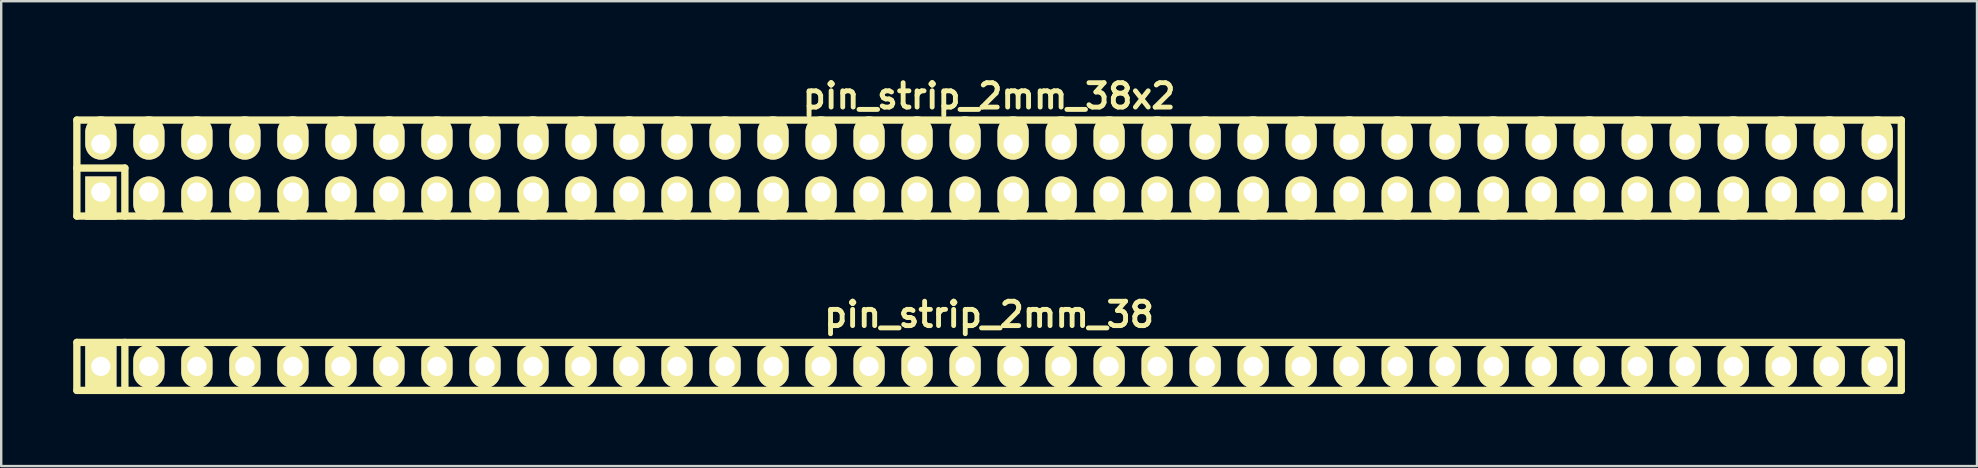
<source format=kicad_pcb>
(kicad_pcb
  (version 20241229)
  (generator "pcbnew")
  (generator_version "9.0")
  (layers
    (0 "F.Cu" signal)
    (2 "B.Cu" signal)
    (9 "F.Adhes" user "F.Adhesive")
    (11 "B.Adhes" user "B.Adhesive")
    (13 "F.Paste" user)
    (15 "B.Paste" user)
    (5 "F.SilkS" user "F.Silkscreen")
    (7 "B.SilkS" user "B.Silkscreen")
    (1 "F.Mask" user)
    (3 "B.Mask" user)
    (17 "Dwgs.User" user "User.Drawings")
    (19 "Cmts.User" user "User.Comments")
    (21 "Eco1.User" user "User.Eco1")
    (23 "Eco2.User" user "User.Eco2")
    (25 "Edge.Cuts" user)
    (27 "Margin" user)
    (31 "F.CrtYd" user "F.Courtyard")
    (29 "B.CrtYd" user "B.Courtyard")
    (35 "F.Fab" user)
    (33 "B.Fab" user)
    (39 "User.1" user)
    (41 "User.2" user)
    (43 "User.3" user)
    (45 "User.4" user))
  (footprint "pin_strip_2mm_38x2"
    (layer "F.Cu")
    (at 38.152 3.951)
    (property "Reference" "pin_strip_2mm_38x2" (at 0 -3 0) (layer "F.SilkS") (effects (font (size 1.016 1.016) (thickness 0.203))))
    (attr through_hole)
    (fp_line (start -38 -2) (end 38 -2) (stroke (width 0.305) (type solid)) (layer "F.SilkS"))
    (fp_line (start -38 0) (end -36 0) (stroke (width 0.305) (type solid)) (layer "F.SilkS"))
    (fp_line (start -38 2) (end -38 -2) (stroke (width 0.305) (type solid)) (layer "F.SilkS"))
    (fp_line (start -36 0) (end -36 2) (stroke (width 0.305) (type solid)) (layer "F.SilkS"))
    (fp_line (start 38 -2) (end 38 2) (stroke (width 0.305) (type solid)) (layer "F.SilkS"))
    (fp_line (start 38 2) (end -38 2) (stroke (width 0.305) (type solid)) (layer "F.SilkS"))
    (pad "1" thru_hole rect (at -37 1) (size 1.3 1.8) (drill 0.8 (offset 0 0.25)) (layers "*.Cu" "*.Mask" "F.SilkS"))
    (pad "2" thru_hole oval (at -37 -1) (size 1.3 1.8) (drill 0.8 (offset 0 -0.25)) (layers "*.Cu" "*.Mask" "F.SilkS"))
    (pad "3" thru_hole oval (at -35 1) (size 1.3 1.8) (drill 0.8 (offset 0 0.25)) (layers "*.Cu" "*.Mask" "F.SilkS"))
    (pad "4" thru_hole oval (at -35 -1) (size 1.3 1.8) (drill 0.8 (offset 0 -0.25)) (layers "*.Cu" "*.Mask" "F.SilkS"))
    (pad "5" thru_hole oval (at -33 1) (size 1.3 1.8) (drill 0.8 (offset 0 0.25)) (layers "*.Cu" "*.Mask" "F.SilkS"))
    (pad "6" thru_hole oval (at -33 -1) (size 1.3 1.8) (drill 0.8 (offset 0 -0.25)) (layers "*.Cu" "*.Mask" "F.SilkS"))
    (pad "7" thru_hole oval (at -31 1) (size 1.3 1.8) (drill 0.8 (offset 0 0.25)) (layers "*.Cu" "*.Mask" "F.SilkS"))
    (pad "8" thru_hole oval (at -31 -1) (size 1.3 1.8) (drill 0.8 (offset 0 -0.25)) (layers "*.Cu" "*.Mask" "F.SilkS"))
    (pad "9" thru_hole oval (at -29 1) (size 1.3 1.8) (drill 0.8 (offset 0 0.25)) (layers "*.Cu" "*.Mask" "F.SilkS"))
    (pad "10" thru_hole oval (at -29 -1) (size 1.3 1.8) (drill 0.8 (offset 0 -0.25)) (layers "*.Cu" "*.Mask" "F.SilkS"))
    (pad "11" thru_hole oval (at -27 1) (size 1.3 1.8) (drill 0.8 (offset 0 0.25)) (layers "*.Cu" "*.Mask" "F.SilkS"))
    (pad "12" thru_hole oval (at -27 -1) (size 1.3 1.8) (drill 0.8 (offset 0 -0.25)) (layers "*.Cu" "*.Mask" "F.SilkS"))
    (pad "13" thru_hole oval (at -25 1) (size 1.3 1.8) (drill 0.8 (offset 0 0.25)) (layers "*.Cu" "*.Mask" "F.SilkS"))
    (pad "14" thru_hole oval (at -25 -1) (size 1.3 1.8) (drill 0.8 (offset 0 -0.25)) (layers "*.Cu" "*.Mask" "F.SilkS"))
    (pad "15" thru_hole oval (at -23 1) (size 1.3 1.8) (drill 0.8 (offset 0 0.25)) (layers "*.Cu" "*.Mask" "F.SilkS"))
    (pad "16" thru_hole oval (at -23 -1) (size 1.3 1.8) (drill 0.8 (offset 0 -0.25)) (layers "*.Cu" "*.Mask" "F.SilkS"))
    (pad "17" thru_hole oval (at -21 1) (size 1.3 1.8) (drill 0.8 (offset 0 0.25)) (layers "*.Cu" "*.Mask" "F.SilkS"))
    (pad "18" thru_hole oval (at -21 -1) (size 1.3 1.8) (drill 0.8 (offset 0 -0.25)) (layers "*.Cu" "*.Mask" "F.SilkS"))
    (pad "19" thru_hole oval (at -19 1) (size 1.3 1.8) (drill 0.8 (offset 0 0.25)) (layers "*.Cu" "*.Mask" "F.SilkS"))
    (pad "20" thru_hole oval (at -19 -1) (size 1.3 1.8) (drill 0.8 (offset 0 -0.25)) (layers "*.Cu" "*.Mask" "F.SilkS"))
    (pad "21" thru_hole oval (at -17 1) (size 1.3 1.8) (drill 0.8 (offset 0 0.25)) (layers "*.Cu" "*.Mask" "F.SilkS"))
    (pad "22" thru_hole oval (at -17 -1) (size 1.3 1.8) (drill 0.8 (offset 0 -0.25)) (layers "*.Cu" "*.Mask" "F.SilkS"))
    (pad "23" thru_hole oval (at -15 1) (size 1.3 1.8) (drill 0.8 (offset 0 0.25)) (layers "*.Cu" "*.Mask" "F.SilkS"))
    (pad "24" thru_hole oval (at -15 -1) (size 1.3 1.8) (drill 0.8 (offset 0 -0.25)) (layers "*.Cu" "*.Mask" "F.SilkS"))
    (pad "25" thru_hole oval (at -13 1) (size 1.3 1.8) (drill 0.8 (offset 0 0.25)) (layers "*.Cu" "*.Mask" "F.SilkS"))
    (pad "26" thru_hole oval (at -13 -1) (size 1.3 1.8) (drill 0.8 (offset 0 -0.25)) (layers "*.Cu" "*.Mask" "F.SilkS"))
    (pad "27" thru_hole oval (at -11 1) (size 1.3 1.8) (drill 0.8 (offset 0 0.25)) (layers "*.Cu" "*.Mask" "F.SilkS"))
    (pad "28" thru_hole oval (at -11 -1) (size 1.3 1.8) (drill 0.8 (offset 0 -0.25)) (layers "*.Cu" "*.Mask" "F.SilkS"))
    (pad "29" thru_hole oval (at -9 1) (size 1.3 1.8) (drill 0.8 (offset 0 0.25)) (layers "*.Cu" "*.Mask" "F.SilkS"))
    (pad "30" thru_hole oval (at -9 -1) (size 1.3 1.8) (drill 0.8 (offset 0 -0.25)) (layers "*.Cu" "*.Mask" "F.SilkS"))
    (pad "31" thru_hole oval (at -7 1) (size 1.3 1.8) (drill 0.8 (offset 0 0.25)) (layers "*.Cu" "*.Mask" "F.SilkS"))
    (pad "32" thru_hole oval (at -7 -1) (size 1.3 1.8) (drill 0.8 (offset 0 -0.25)) (layers "*.Cu" "*.Mask" "F.SilkS"))
    (pad "33" thru_hole oval (at -5 1) (size 1.3 1.8) (drill 0.8 (offset 0 0.25)) (layers "*.Cu" "*.Mask" "F.SilkS"))
    (pad "34" thru_hole oval (at -5 -1) (size 1.3 1.8) (drill 0.8 (offset 0 -0.25)) (layers "*.Cu" "*.Mask" "F.SilkS"))
    (pad "35" thru_hole oval (at -3 1) (size 1.3 1.8) (drill 0.8 (offset 0 0.25)) (layers "*.Cu" "*.Mask" "F.SilkS"))
    (pad "36" thru_hole oval (at -3 -1) (size 1.3 1.8) (drill 0.8 (offset 0 -0.25)) (layers "*.Cu" "*.Mask" "F.SilkS"))
    (pad "37" thru_hole oval (at -1 1) (size 1.3 1.8) (drill 0.8 (offset 0 0.25)) (layers "*.Cu" "*.Mask" "F.SilkS"))
    (pad "38" thru_hole oval (at -1 -1) (size 1.3 1.8) (drill 0.8 (offset 0 -0.25)) (layers "*.Cu" "*.Mask" "F.SilkS"))
    (pad "39" thru_hole oval (at 1 1) (size 1.3 1.8) (drill 0.8 (offset 0 0.25)) (layers "*.Cu" "*.Mask" "F.SilkS"))
    (pad "40" thru_hole oval (at 1 -1) (size 1.3 1.8) (drill 0.8 (offset 0 -0.25)) (layers "*.Cu" "*.Mask" "F.SilkS"))
    (pad "41" thru_hole oval (at 3 1) (size 1.3 1.8) (drill 0.8 (offset 0 0.25)) (layers "*.Cu" "*.Mask" "F.SilkS"))
    (pad "42" thru_hole oval (at 3 -1) (size 1.3 1.8) (drill 0.8 (offset 0 -0.25)) (layers "*.Cu" "*.Mask" "F.SilkS"))
    (pad "43" thru_hole oval (at 5 1) (size 1.3 1.8) (drill 0.8 (offset 0 0.25)) (layers "*.Cu" "*.Mask" "F.SilkS"))
    (pad "44" thru_hole oval (at 5 -1) (size 1.3 1.8) (drill 0.8 (offset 0 -0.25)) (layers "*.Cu" "*.Mask" "F.SilkS"))
    (pad "45" thru_hole oval (at 7 1) (size 1.3 1.8) (drill 0.8 (offset 0 0.25)) (layers "*.Cu" "*.Mask" "F.SilkS"))
    (pad "46" thru_hole oval (at 7 -1) (size 1.3 1.8) (drill 0.8 (offset 0 -0.25)) (layers "*.Cu" "*.Mask" "F.SilkS"))
    (pad "47" thru_hole oval (at 9 1) (size 1.3 1.8) (drill 0.8 (offset 0 0.25)) (layers "*.Cu" "*.Mask" "F.SilkS"))
    (pad "48" thru_hole oval (at 9 -1) (size 1.3 1.8) (drill 0.8 (offset 0 -0.25)) (layers "*.Cu" "*.Mask" "F.SilkS"))
    (pad "49" thru_hole oval (at 11 1) (size 1.3 1.8) (drill 0.8 (offset 0 0.25)) (layers "*.Cu" "*.Mask" "F.SilkS"))
    (pad "50" thru_hole oval (at 11 -1) (size 1.3 1.8) (drill 0.8 (offset 0 -0.25)) (layers "*.Cu" "*.Mask" "F.SilkS"))
    (pad "51" thru_hole oval (at 13 1) (size 1.3 1.8) (drill 0.8 (offset 0 0.25)) (layers "*.Cu" "*.Mask" "F.SilkS"))
    (pad "52" thru_hole oval (at 13 -1) (size 1.3 1.8) (drill 0.8 (offset 0 -0.25)) (layers "*.Cu" "*.Mask" "F.SilkS"))
    (pad "53" thru_hole oval (at 15 1) (size 1.3 1.8) (drill 0.8 (offset 0 0.25)) (layers "*.Cu" "*.Mask" "F.SilkS"))
    (pad "54" thru_hole oval (at 15 -1) (size 1.3 1.8) (drill 0.8 (offset 0 -0.25)) (layers "*.Cu" "*.Mask" "F.SilkS"))
    (pad "55" thru_hole oval (at 17 1) (size 1.3 1.8) (drill 0.8 (offset 0 0.25)) (layers "*.Cu" "*.Mask" "F.SilkS"))
    (pad "56" thru_hole oval (at 17 -1) (size 1.3 1.8) (drill 0.8 (offset 0 -0.25)) (layers "*.Cu" "*.Mask" "F.SilkS"))
    (pad "57" thru_hole oval (at 19 1) (size 1.3 1.8) (drill 0.8 (offset 0 0.25)) (layers "*.Cu" "*.Mask" "F.SilkS"))
    (pad "58" thru_hole oval (at 19 -1) (size 1.3 1.8) (drill 0.8 (offset 0 -0.25)) (layers "*.Cu" "*.Mask" "F.SilkS"))
    (pad "59" thru_hole oval (at 21 1) (size 1.3 1.8) (drill 0.8 (offset 0 0.25)) (layers "*.Cu" "*.Mask" "F.SilkS"))
    (pad "60" thru_hole oval (at 21 -1) (size 1.3 1.8) (drill 0.8 (offset 0 -0.25)) (layers "*.Cu" "*.Mask" "F.SilkS"))
    (pad "61" thru_hole oval (at 23 1) (size 1.3 1.8) (drill 0.8 (offset 0 0.25)) (layers "*.Cu" "*.Mask" "F.SilkS"))
    (pad "62" thru_hole oval (at 23 -1) (size 1.3 1.8) (drill 0.8 (offset 0 -0.25)) (layers "*.Cu" "*.Mask" "F.SilkS"))
    (pad "63" thru_hole oval (at 25 1) (size 1.3 1.8) (drill 0.8 (offset 0 0.25)) (layers "*.Cu" "*.Mask" "F.SilkS"))
    (pad "64" thru_hole oval (at 25 -1) (size 1.3 1.8) (drill 0.8 (offset 0 -0.25)) (layers "*.Cu" "*.Mask" "F.SilkS"))
    (pad "65" thru_hole oval (at 27 1) (size 1.3 1.8) (drill 0.8 (offset 0 0.25)) (layers "*.Cu" "*.Mask" "F.SilkS"))
    (pad "66" thru_hole oval (at 27 -1) (size 1.3 1.8) (drill 0.8 (offset 0 -0.25)) (layers "*.Cu" "*.Mask" "F.SilkS"))
    (pad "67" thru_hole oval (at 29 1) (size 1.3 1.8) (drill 0.8 (offset 0 0.25)) (layers "*.Cu" "*.Mask" "F.SilkS"))
    (pad "68" thru_hole oval (at 29 -1) (size 1.3 1.8) (drill 0.8 (offset 0 -0.25)) (layers "*.Cu" "*.Mask" "F.SilkS"))
    (pad "69" thru_hole oval (at 31 1) (size 1.3 1.8) (drill 0.8 (offset 0 0.25)) (layers "*.Cu" "*.Mask" "F.SilkS"))
    (pad "70" thru_hole oval (at 31 -1) (size 1.3 1.8) (drill 0.8 (offset 0 -0.25)) (layers "*.Cu" "*.Mask" "F.SilkS"))
    (pad "71" thru_hole oval (at 33 1) (size 1.3 1.8) (drill 0.8 (offset 0 0.25)) (layers "*.Cu" "*.Mask" "F.SilkS"))
    (pad "72" thru_hole oval (at 33 -1) (size 1.3 1.8) (drill 0.8 (offset 0 -0.25)) (layers "*.Cu" "*.Mask" "F.SilkS"))
    (pad "73" thru_hole oval (at 35 1) (size 1.3 1.8) (drill 0.8 (offset 0 0.25)) (layers "*.Cu" "*.Mask" "F.SilkS"))
    (pad "74" thru_hole oval (at 35 -1) (size 1.3 1.8) (drill 0.8 (offset 0 -0.25)) (layers "*.Cu" "*.Mask" "F.SilkS"))
    (pad "75" thru_hole oval (at 37 1) (size 1.3 1.8) (drill 0.8 (offset 0 0.25)) (layers "*.Cu" "*.Mask" "F.SilkS"))
    (pad "76" thru_hole oval (at 37 -1) (size 1.3 1.8) (drill 0.8 (offset 0 -0.25)) (layers "*.Cu" "*.Mask" "F.SilkS")))
  (footprint "pin_strip_2mm_38"
    (layer "F.Cu")
    (at 38.152 12.213)
    (property "Reference" "pin_strip_2mm_38" (at 0 -2.159 0) (layer "F.SilkS") (effects (font (size 1.016 1.016) (thickness 0.203))))
    (attr through_hole)
    (fp_line (start -38 -1) (end 38 -1) (stroke (width 0.305) (type solid)) (layer "F.SilkS"))
    (fp_line (start -38 1) (end -38 -1) (stroke (width 0.305) (type solid)) (layer "F.SilkS"))
    (fp_line (start -36 -1) (end -36 1) (stroke (width 0.305) (type solid)) (layer "F.SilkS"))
    (fp_line (start 38 -1) (end 38 1) (stroke (width 0.305) (type solid)) (layer "F.SilkS"))
    (fp_line (start 38 1) (end -38 1) (stroke (width 0.305) (type solid)) (layer "F.SilkS"))
    (pad "1" thru_hole rect (at -37 0) (size 1.3 1.8) (drill 0.8) (layers "*.Cu" "*.Mask" "F.SilkS"))
    (pad "2" thru_hole oval (at -35 0) (size 1.3 1.8) (drill 0.8) (layers "*.Cu" "*.Mask" "F.SilkS"))
    (pad "3" thru_hole oval (at -33 0) (size 1.3 1.8) (drill 0.8) (layers "*.Cu" "*.Mask" "F.SilkS"))
    (pad "4" thru_hole oval (at -31 0) (size 1.3 1.8) (drill 0.8) (layers "*.Cu" "*.Mask" "F.SilkS"))
    (pad "5" thru_hole oval (at -29 0) (size 1.3 1.8) (drill 0.8) (layers "*.Cu" "*.Mask" "F.SilkS"))
    (pad "6" thru_hole oval (at -27 0) (size 1.3 1.8) (drill 0.8) (layers "*.Cu" "*.Mask" "F.SilkS"))
    (pad "7" thru_hole oval (at -25 0) (size 1.3 1.8) (drill 0.8) (layers "*.Cu" "*.Mask" "F.SilkS"))
    (pad "8" thru_hole oval (at -23 0) (size 1.3 1.8) (drill 0.8) (layers "*.Cu" "*.Mask" "F.SilkS"))
    (pad "9" thru_hole oval (at -21 0) (size 1.3 1.8) (drill 0.8) (layers "*.Cu" "*.Mask" "F.SilkS"))
    (pad "10" thru_hole oval (at -19 0) (size 1.3 1.8) (drill 0.8) (layers "*.Cu" "*.Mask" "F.SilkS"))
    (pad "11" thru_hole oval (at -17 0) (size 1.3 1.8) (drill 0.8) (layers "*.Cu" "*.Mask" "F.SilkS"))
    (pad "12" thru_hole oval (at -15 0) (size 1.3 1.8) (drill 0.8) (layers "*.Cu" "*.Mask" "F.SilkS"))
    (pad "13" thru_hole oval (at -13 0) (size 1.3 1.8) (drill 0.8) (layers "*.Cu" "*.Mask" "F.SilkS"))
    (pad "14" thru_hole oval (at -11 0) (size 1.3 1.8) (drill 0.8) (layers "*.Cu" "*.Mask" "F.SilkS"))
    (pad "15" thru_hole oval (at -9 0) (size 1.3 1.8) (drill 0.8) (layers "*.Cu" "*.Mask" "F.SilkS"))
    (pad "16" thru_hole oval (at -7 0) (size 1.3 1.8) (drill 0.8) (layers "*.Cu" "*.Mask" "F.SilkS"))
    (pad "17" thru_hole oval (at -5 0) (size 1.3 1.8) (drill 0.8) (layers "*.Cu" "*.Mask" "F.SilkS"))
    (pad "18" thru_hole oval (at -3 0) (size 1.3 1.8) (drill 0.8) (layers "*.Cu" "*.Mask" "F.SilkS"))
    (pad "19" thru_hole oval (at -1 0) (size 1.3 1.8) (drill 0.8) (layers "*.Cu" "*.Mask" "F.SilkS"))
    (pad "20" thru_hole oval (at 1 0) (size 1.3 1.8) (drill 0.8) (layers "*.Cu" "*.Mask" "F.SilkS"))
    (pad "21" thru_hole oval (at 3 0) (size 1.3 1.8) (drill 0.8) (layers "*.Cu" "*.Mask" "F.SilkS"))
    (pad "22" thru_hole oval (at 5 0) (size 1.3 1.8) (drill 0.8) (layers "*.Cu" "*.Mask" "F.SilkS"))
    (pad "23" thru_hole oval (at 7 0) (size 1.3 1.8) (drill 0.8) (layers "*.Cu" "*.Mask" "F.SilkS"))
    (pad "24" thru_hole oval (at 9 0) (size 1.3 1.8) (drill 0.8) (layers "*.Cu" "*.Mask" "F.SilkS"))
    (pad "25" thru_hole oval (at 11 0) (size 1.3 1.8) (drill 0.8) (layers "*.Cu" "*.Mask" "F.SilkS"))
    (pad "26" thru_hole oval (at 13 0) (size 1.3 1.8) (drill 0.8) (layers "*.Cu" "*.Mask" "F.SilkS"))
    (pad "27" thru_hole oval (at 15 0) (size 1.3 1.8) (drill 0.8) (layers "*.Cu" "*.Mask" "F.SilkS"))
    (pad "28" thru_hole oval (at 17 0) (size 1.3 1.8) (drill 0.8) (layers "*.Cu" "*.Mask" "F.SilkS"))
    (pad "29" thru_hole oval (at 19 0) (size 1.3 1.8) (drill 0.8) (layers "*.Cu" "*.Mask" "F.SilkS"))
    (pad "30" thru_hole oval (at 21 0) (size 1.3 1.8) (drill 0.8) (layers "*.Cu" "*.Mask" "F.SilkS"))
    (pad "31" thru_hole oval (at 23 0) (size 1.3 1.8) (drill 0.8) (layers "*.Cu" "*.Mask" "F.SilkS"))
    (pad "32" thru_hole oval (at 25 0) (size 1.3 1.8) (drill 0.8) (layers "*.Cu" "*.Mask" "F.SilkS"))
    (pad "33" thru_hole oval (at 27 0) (size 1.3 1.8) (drill 0.8) (layers "*.Cu" "*.Mask" "F.SilkS"))
    (pad "34" thru_hole oval (at 29 0) (size 1.3 1.8) (drill 0.8) (layers "*.Cu" "*.Mask" "F.SilkS"))
    (pad "35" thru_hole oval (at 31 0) (size 1.3 1.8) (drill 0.8) (layers "*.Cu" "*.Mask" "F.SilkS"))
    (pad "36" thru_hole oval (at 33 0) (size 1.3 1.8) (drill 0.8) (layers "*.Cu" "*.Mask" "F.SilkS"))
    (pad "37" thru_hole oval (at 35 0) (size 1.3 1.8) (drill 0.8) (layers "*.Cu" "*.Mask" "F.SilkS"))
    (pad "38" thru_hole oval (at 37 0) (size 1.3 1.8) (drill 0.8) (layers "*.Cu" "*.Mask" "F.SilkS")))
  (gr_rect
    (start -3 -3)
    (end 79.305 16.366)
    (stroke (width 0.1) (type default))
    (fill no)
    (layer "Edge.Cuts")))
</source>
